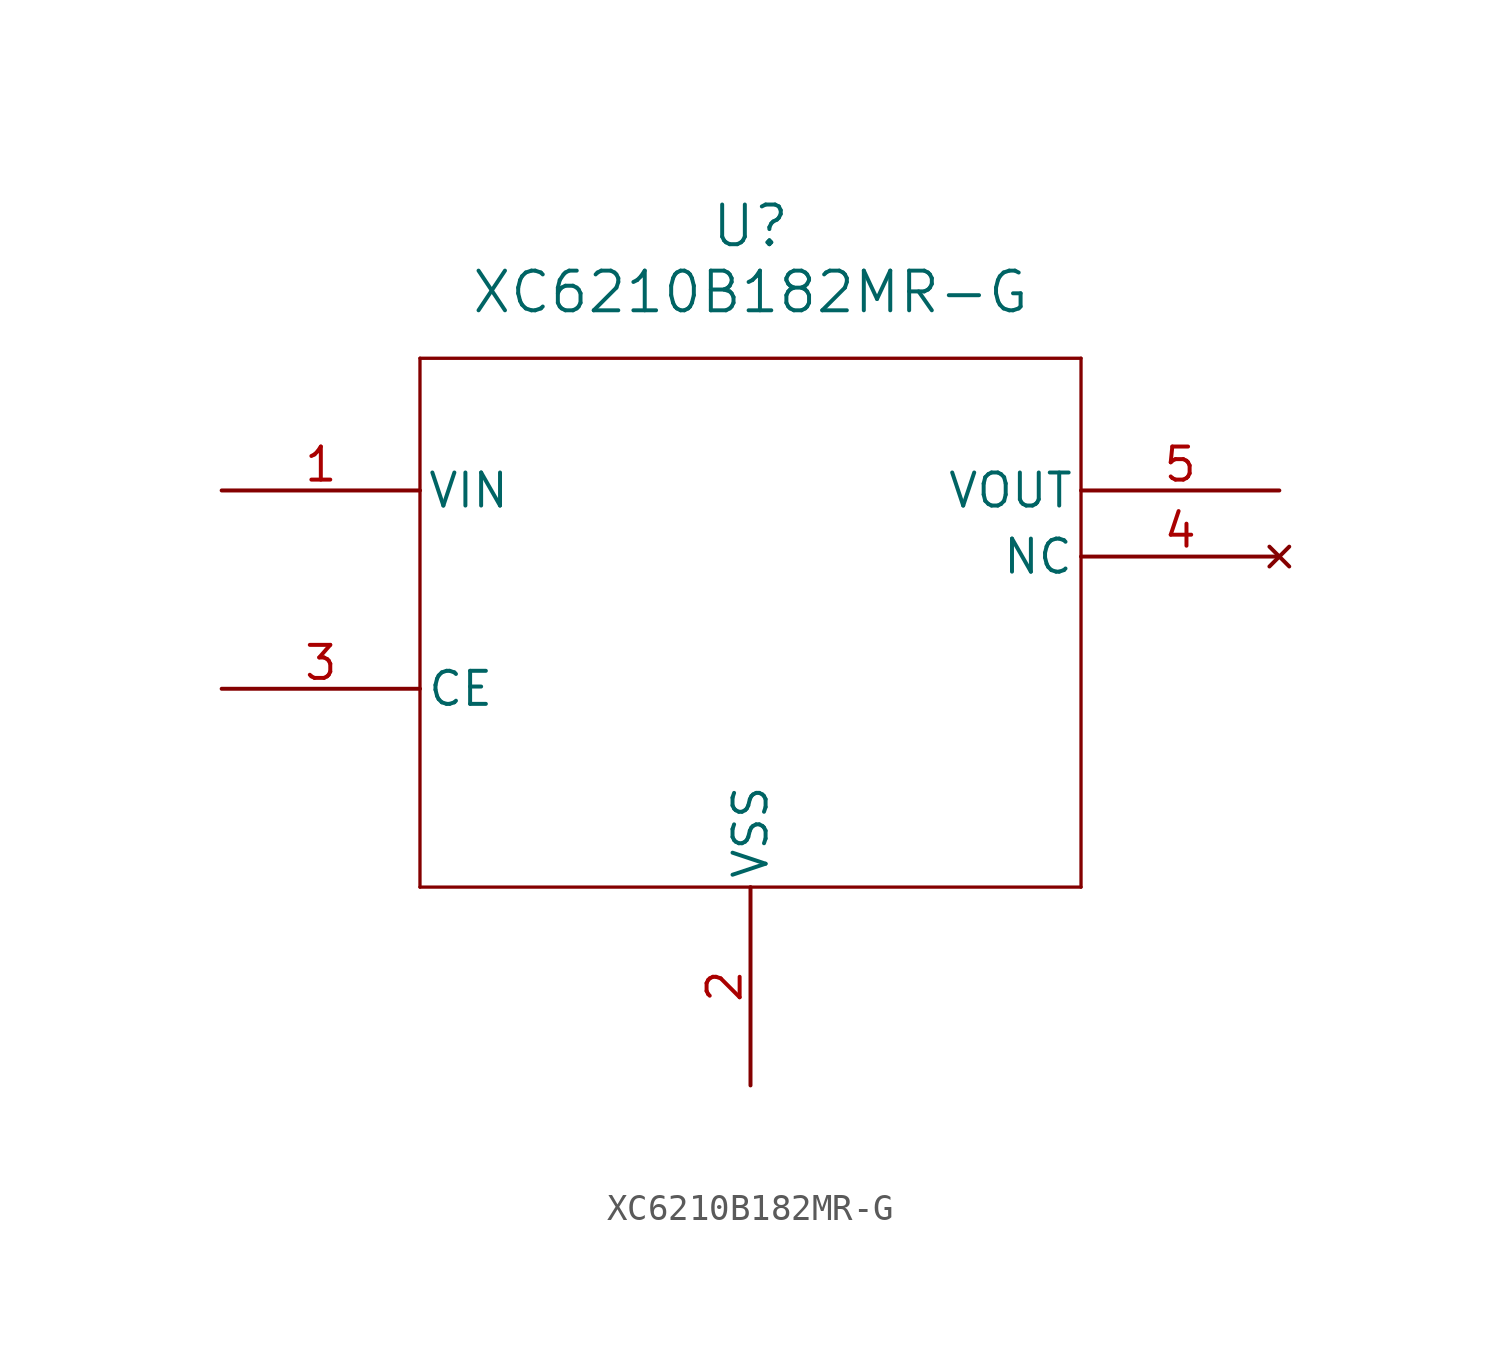
<source format=kicad_sym>
(kicad_symbol_lib
  (version 20211014)
  (generator kicad_symbol_editor)
  (symbol "XC6210B182MR-G"
    (pin_names
      (offset 0.254))
    (property "Reference" "U"
      (at 20.32 10.16 0)
      (effects (font (size 1.524 1.524))))
    (property "Value" "XC6210B182MR-G"
      (at 20.32 7.62 0)
      (effects (font (size 1.524 1.524))))
    (symbol "XC6210B182MR-G_0_1"
      (polyline (pts (xy 7.62 5.08) (xy 7.62 -15.24)) (stroke (width 0.127) (type default) (color 0 0 0 0)) (fill (type none)))
      (polyline (pts (xy 7.62 -15.24) (xy 33.02 -15.24)) (stroke (width 0.127) (type default) (color 0 0 0 0)) (fill (type none)))
      (polyline (pts (xy 33.02 -15.24) (xy 33.02 5.08)) (stroke (width 0.127) (type default) (color 0 0 0 0)) (fill (type none)))
      (polyline (pts (xy 33.02 5.08) (xy 7.62 5.08)) (stroke (width 0.127) (type default) (color 0 0 0 0)) (fill (type none)))
      (pin power_in line (at 0 0 0) (length 7.62) (name "VIN" (effects (font (size 1.27 1.27)))) (number "1" (effects (font (size 1.27 1.27)))))
      (pin power_out line (at 20.32 -22.86 90) (length 7.62) (name "VSS" (effects (font (size 1.27 1.27)))) (number "2" (effects (font (size 1.27 1.27)))))
      (pin unspecified line (at 0 -7.62 0) (length 7.62) (name "CE" (effects (font (size 1.27 1.27)))) (number "3" (effects (font (size 1.27 1.27)))))
      (pin no_connect line (at 40.64 -2.54 180) (length 7.62) (name "NC" (effects (font (size 1.27 1.27)))) (number "4" (effects (font (size 1.27 1.27)))))
      (pin output line (at 40.64 0 180) (length 7.62) (name "VOUT" (effects (font (size 1.27 1.27)))) (number "5" (effects (font (size 1.27 1.27))))))))
</source>
